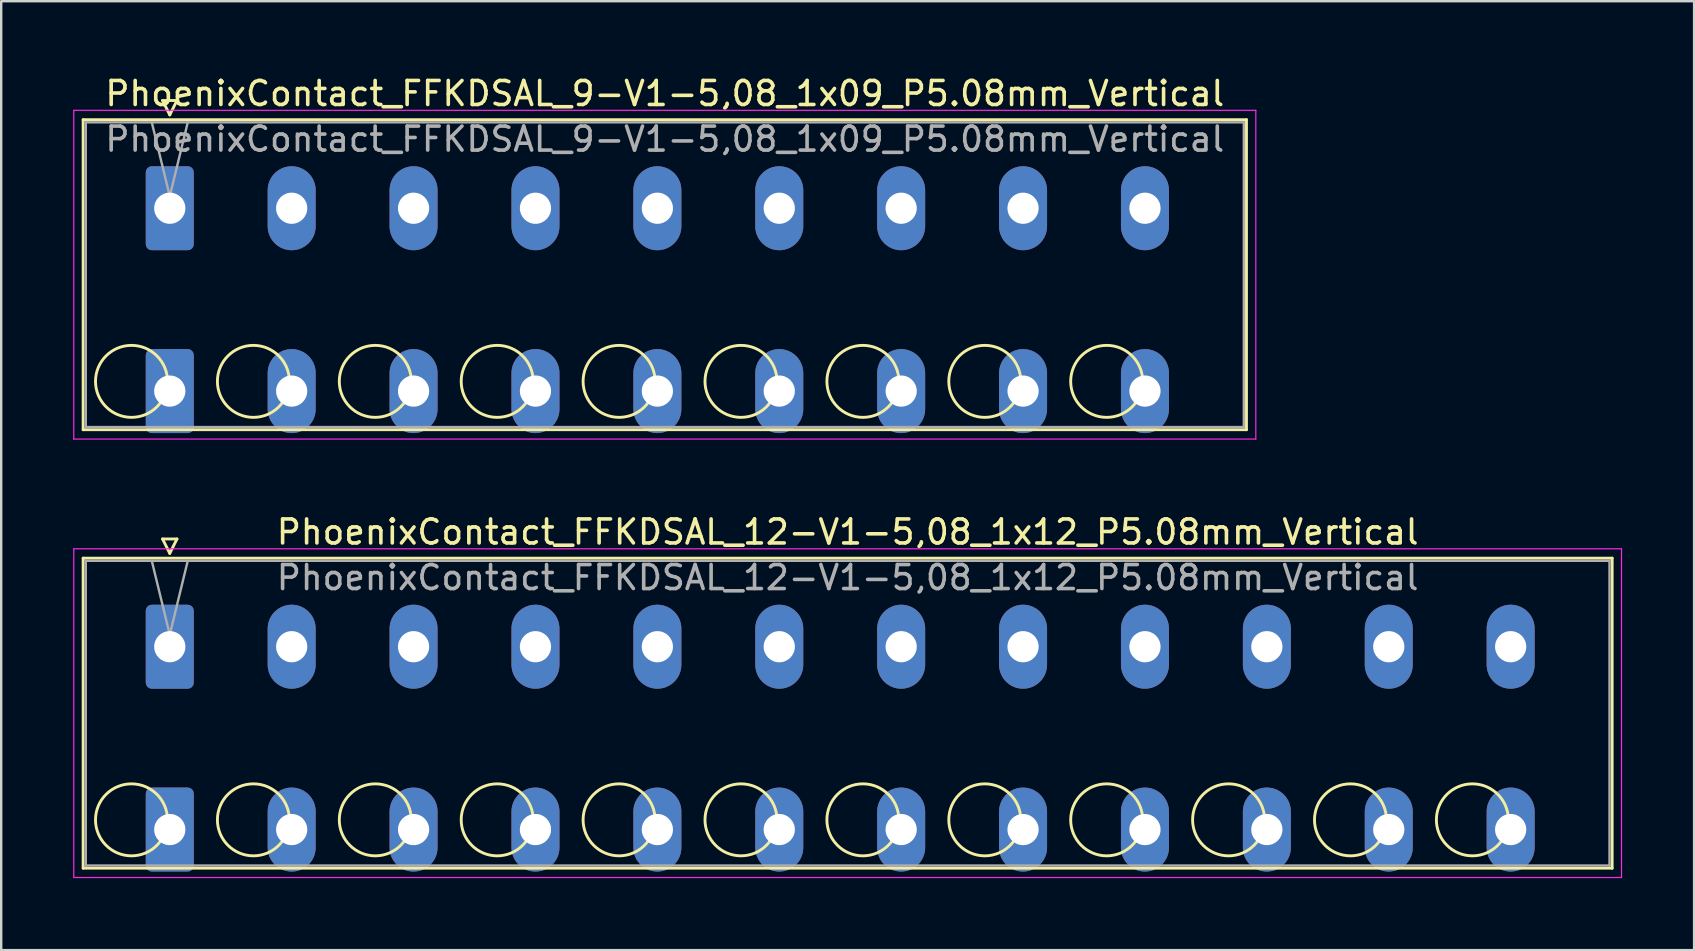
<source format=kicad_pcb>
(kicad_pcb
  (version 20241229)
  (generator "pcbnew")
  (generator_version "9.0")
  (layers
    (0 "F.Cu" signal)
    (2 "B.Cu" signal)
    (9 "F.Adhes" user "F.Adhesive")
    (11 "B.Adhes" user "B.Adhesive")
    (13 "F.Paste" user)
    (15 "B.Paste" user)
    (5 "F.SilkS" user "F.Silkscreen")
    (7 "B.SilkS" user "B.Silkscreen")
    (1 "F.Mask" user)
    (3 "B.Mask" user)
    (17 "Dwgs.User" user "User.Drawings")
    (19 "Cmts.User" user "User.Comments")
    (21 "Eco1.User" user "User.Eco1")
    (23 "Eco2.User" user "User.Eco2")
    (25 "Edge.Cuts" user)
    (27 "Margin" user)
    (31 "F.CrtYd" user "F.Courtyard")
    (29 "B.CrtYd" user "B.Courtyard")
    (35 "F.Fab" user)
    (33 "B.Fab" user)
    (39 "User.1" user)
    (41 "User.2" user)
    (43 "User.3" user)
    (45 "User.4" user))
  (footprint "PhoenixContact_FFKDSAL_12-V1-5,08_1x12_P5.08mm_Vertical"
    (layer "F.Cu")
    (at 4.025 23.901)
    (property "Reference" "PhoenixContact_FFKDSAL_12-V1-5,08_1x12_P5.08mm_Vertical" (at 28.25 -4.78 0) (layer "F.SilkS") (effects (font (size 1 1) (thickness 0.15))))
    (attr through_hole)
    (fp_line (start -3.61 -3.69) (end -3.61 9.23) (stroke (width 0.12) (type solid)) (layer "F.SilkS"))
    (fp_line (start -3.61 9.23) (end 60.11 9.23) (stroke (width 0.12) (type solid)) (layer "F.SilkS"))
    (fp_line (start -0.3 -4.49) (end 0.3 -4.49) (stroke (width 0.12) (type solid)) (layer "F.SilkS"))
    (fp_line (start 0 -3.89) (end -0.3 -4.49) (stroke (width 0.12) (type solid)) (layer "F.SilkS"))
    (fp_line (start 0.3 -4.49) (end 0 -3.89) (stroke (width 0.12) (type solid)) (layer "F.SilkS"))
    (fp_line (start 60.11 -3.69) (end -3.61 -3.69) (stroke (width 0.12) (type solid)) (layer "F.SilkS"))
    (fp_line (start 60.11 9.23) (end 60.11 -3.69) (stroke (width 0.12) (type solid)) (layer "F.SilkS"))
    (fp_circle (center -1.595 7.215) (end -0.095 7.215) (stroke (width 0.12) (type solid)) (fill no) (layer "F.SilkS"))
    (fp_circle (center 3.485 7.215) (end 4.985 7.215) (stroke (width 0.12) (type solid)) (fill no) (layer "F.SilkS"))
    (fp_circle (center 8.565 7.215) (end 10.065 7.215) (stroke (width 0.12) (type solid)) (fill no) (layer "F.SilkS"))
    (fp_circle (center 13.645 7.215) (end 15.145 7.215) (stroke (width 0.12) (type solid)) (fill no) (layer "F.SilkS"))
    (fp_circle (center 18.725 7.215) (end 20.225 7.215) (stroke (width 0.12) (type solid)) (fill no) (layer "F.SilkS"))
    (fp_circle (center 23.805 7.215) (end 25.305 7.215) (stroke (width 0.12) (type solid)) (fill no) (layer "F.SilkS"))
    (fp_circle (center 28.885 7.215) (end 30.385 7.215) (stroke (width 0.12) (type solid)) (fill no) (layer "F.SilkS"))
    (fp_circle (center 33.965 7.215) (end 35.465 7.215) (stroke (width 0.12) (type solid)) (fill no) (layer "F.SilkS"))
    (fp_circle (center 39.045 7.215) (end 40.545 7.215) (stroke (width 0.12) (type solid)) (fill no) (layer "F.SilkS"))
    (fp_circle (center 44.125 7.215) (end 45.625 7.215) (stroke (width 0.12) (type solid)) (fill no) (layer "F.SilkS"))
    (fp_circle (center 49.205 7.215) (end 50.705 7.215) (stroke (width 0.12) (type solid)) (fill no) (layer "F.SilkS"))
    (fp_circle (center 54.285 7.215) (end 55.785 7.215) (stroke (width 0.12) (type solid)) (fill no) (layer "F.SilkS"))
    (fp_line (start -4 -4.08) (end -4 9.62) (stroke (width 0.05) (type solid)) (layer "F.CrtYd"))
    (fp_line (start -4 9.62) (end 60.5 9.62) (stroke (width 0.05) (type solid)) (layer "F.CrtYd"))
    (fp_line (start 60.5 -4.08) (end -4 -4.08) (stroke (width 0.05) (type solid)) (layer "F.CrtYd"))
    (fp_line (start 60.5 9.62) (end 60.5 -4.08) (stroke (width 0.05) (type solid)) (layer "F.CrtYd"))
    (fp_line (start -3.5 -3.58) (end -3.5 9.12) (stroke (width 0.1) (type solid)) (layer "F.Fab"))
    (fp_line (start -3.5 9.12) (end 60 9.12) (stroke (width 0.1) (type solid)) (layer "F.Fab"))
    (fp_line (start 0 -0.5) (end -0.75 -3.58) (stroke (width 0.1) (type solid)) (layer "F.Fab"))
    (fp_line (start 0.75 -3.58) (end 0 -0.5) (stroke (width 0.1) (type solid)) (layer "F.Fab"))
    (fp_line (start 60 -3.58) (end -3.5 -3.58) (stroke (width 0.1) (type solid)) (layer "F.Fab"))
    (fp_line (start 60 9.12) (end 60 -3.58) (stroke (width 0.1) (type solid)) (layer "F.Fab"))
    (fp_text user "${REFERENCE}" (at 28.25 -2.88 0) (layer "F.Fab") (effects (font (size 1 1) (thickness 0.15))))
    (pad "1" thru_hole roundrect (at 0 0) (size 2 3.5) (drill 1.3) (layers "*.Cu" "*.Mask") (roundrect_rratio 0.125))
    (pad "1" thru_hole roundrect (at 0 7.62) (size 2 3.5) (drill 1.3) (layers "*.Cu" "*.Mask") (roundrect_rratio 0.125))
    (pad "2" thru_hole oval (at 5.08 0) (size 2 3.5) (drill 1.3) (layers "*.Cu" "*.Mask"))
    (pad "2" thru_hole oval (at 5.08 7.62) (size 2 3.5) (drill 1.3) (layers "*.Cu" "*.Mask"))
    (pad "3" thru_hole oval (at 10.16 0) (size 2 3.5) (drill 1.3) (layers "*.Cu" "*.Mask"))
    (pad "3" thru_hole oval (at 10.16 7.62) (size 2 3.5) (drill 1.3) (layers "*.Cu" "*.Mask"))
    (pad "4" thru_hole oval (at 15.24 0) (size 2 3.5) (drill 1.3) (layers "*.Cu" "*.Mask"))
    (pad "4" thru_hole oval (at 15.24 7.62) (size 2 3.5) (drill 1.3) (layers "*.Cu" "*.Mask"))
    (pad "5" thru_hole oval (at 20.32 0) (size 2 3.5) (drill 1.3) (layers "*.Cu" "*.Mask"))
    (pad "5" thru_hole oval (at 20.32 7.62) (size 2 3.5) (drill 1.3) (layers "*.Cu" "*.Mask"))
    (pad "6" thru_hole oval (at 25.4 0) (size 2 3.5) (drill 1.3) (layers "*.Cu" "*.Mask"))
    (pad "6" thru_hole oval (at 25.4 7.62) (size 2 3.5) (drill 1.3) (layers "*.Cu" "*.Mask"))
    (pad "7" thru_hole oval (at 30.48 0) (size 2 3.5) (drill 1.3) (layers "*.Cu" "*.Mask"))
    (pad "7" thru_hole oval (at 30.48 7.62) (size 2 3.5) (drill 1.3) (layers "*.Cu" "*.Mask"))
    (pad "8" thru_hole oval (at 35.56 0) (size 2 3.5) (drill 1.3) (layers "*.Cu" "*.Mask"))
    (pad "8" thru_hole oval (at 35.56 7.62) (size 2 3.5) (drill 1.3) (layers "*.Cu" "*.Mask"))
    (pad "9" thru_hole oval (at 40.64 0) (size 2 3.5) (drill 1.3) (layers "*.Cu" "*.Mask"))
    (pad "9" thru_hole oval (at 40.64 7.62) (size 2 3.5) (drill 1.3) (layers "*.Cu" "*.Mask"))
    (pad "10" thru_hole oval (at 45.72 0) (size 2 3.5) (drill 1.3) (layers "*.Cu" "*.Mask"))
    (pad "10" thru_hole oval (at 45.72 7.62) (size 2 3.5) (drill 1.3) (layers "*.Cu" "*.Mask"))
    (pad "11" thru_hole oval (at 50.8 0) (size 2 3.5) (drill 1.3) (layers "*.Cu" "*.Mask"))
    (pad "11" thru_hole oval (at 50.8 7.62) (size 2 3.5) (drill 1.3) (layers "*.Cu" "*.Mask"))
    (pad "12" thru_hole oval (at 55.88 0) (size 2 3.5) (drill 1.3) (layers "*.Cu" "*.Mask"))
    (pad "12" thru_hole oval (at 55.88 7.62) (size 2 3.5) (drill 1.3) (layers "*.Cu" "*.Mask")))
  (footprint "PhoenixContact_FFKDSAL_9-V1-5,08_1x09_P5.08mm_Vertical"
    (layer "F.Cu")
    (at 4.025 5.628)
    (property "Reference" "PhoenixContact_FFKDSAL_9-V1-5,08_1x09_P5.08mm_Vertical" (at 20.63 -4.78 0) (layer "F.SilkS") (effects (font (size 1 1) (thickness 0.15))))
    (attr through_hole)
    (fp_line (start -3.61 -3.69) (end -3.61 9.23) (stroke (width 0.12) (type solid)) (layer "F.SilkS"))
    (fp_line (start -3.61 9.23) (end 44.87 9.23) (stroke (width 0.12) (type solid)) (layer "F.SilkS"))
    (fp_line (start -0.3 -4.49) (end 0.3 -4.49) (stroke (width 0.12) (type solid)) (layer "F.SilkS"))
    (fp_line (start 0 -3.89) (end -0.3 -4.49) (stroke (width 0.12) (type solid)) (layer "F.SilkS"))
    (fp_line (start 0.3 -4.49) (end 0 -3.89) (stroke (width 0.12) (type solid)) (layer "F.SilkS"))
    (fp_line (start 44.87 -3.69) (end -3.61 -3.69) (stroke (width 0.12) (type solid)) (layer "F.SilkS"))
    (fp_line (start 44.87 9.23) (end 44.87 -3.69) (stroke (width 0.12) (type solid)) (layer "F.SilkS"))
    (fp_circle (center -1.595 7.215) (end -0.095 7.215) (stroke (width 0.12) (type solid)) (fill no) (layer "F.SilkS"))
    (fp_circle (center 3.485 7.215) (end 4.985 7.215) (stroke (width 0.12) (type solid)) (fill no) (layer "F.SilkS"))
    (fp_circle (center 8.565 7.215) (end 10.065 7.215) (stroke (width 0.12) (type solid)) (fill no) (layer "F.SilkS"))
    (fp_circle (center 13.645 7.215) (end 15.145 7.215) (stroke (width 0.12) (type solid)) (fill no) (layer "F.SilkS"))
    (fp_circle (center 18.725 7.215) (end 20.225 7.215) (stroke (width 0.12) (type solid)) (fill no) (layer "F.SilkS"))
    (fp_circle (center 23.805 7.215) (end 25.305 7.215) (stroke (width 0.12) (type solid)) (fill no) (layer "F.SilkS"))
    (fp_circle (center 28.885 7.215) (end 30.385 7.215) (stroke (width 0.12) (type solid)) (fill no) (layer "F.SilkS"))
    (fp_circle (center 33.965 7.215) (end 35.465 7.215) (stroke (width 0.12) (type solid)) (fill no) (layer "F.SilkS"))
    (fp_circle (center 39.045 7.215) (end 40.545 7.215) (stroke (width 0.12) (type solid)) (fill no) (layer "F.SilkS"))
    (fp_line (start -4 -4.08) (end -4 9.62) (stroke (width 0.05) (type solid)) (layer "F.CrtYd"))
    (fp_line (start -4 9.62) (end 45.26 9.62) (stroke (width 0.05) (type solid)) (layer "F.CrtYd"))
    (fp_line (start 45.26 -4.08) (end -4 -4.08) (stroke (width 0.05) (type solid)) (layer "F.CrtYd"))
    (fp_line (start 45.26 9.62) (end 45.26 -4.08) (stroke (width 0.05) (type solid)) (layer "F.CrtYd"))
    (fp_line (start -3.5 -3.58) (end -3.5 9.12) (stroke (width 0.1) (type solid)) (layer "F.Fab"))
    (fp_line (start -3.5 9.12) (end 44.76 9.12) (stroke (width 0.1) (type solid)) (layer "F.Fab"))
    (fp_line (start 0 -0.5) (end -0.75 -3.58) (stroke (width 0.1) (type solid)) (layer "F.Fab"))
    (fp_line (start 0.75 -3.58) (end 0 -0.5) (stroke (width 0.1) (type solid)) (layer "F.Fab"))
    (fp_line (start 44.76 -3.58) (end -3.5 -3.58) (stroke (width 0.1) (type solid)) (layer "F.Fab"))
    (fp_line (start 44.76 9.12) (end 44.76 -3.58) (stroke (width 0.1) (type solid)) (layer "F.Fab"))
    (fp_text user "${REFERENCE}" (at 20.63 -2.88 0) (layer "F.Fab") (effects (font (size 1 1) (thickness 0.15))))
    (pad "1" thru_hole roundrect (at 0 0) (size 2 3.5) (drill 1.3) (layers "*.Cu" "*.Mask") (roundrect_rratio 0.125))
    (pad "1" thru_hole roundrect (at 0 7.62) (size 2 3.5) (drill 1.3) (layers "*.Cu" "*.Mask") (roundrect_rratio 0.125))
    (pad "2" thru_hole oval (at 5.08 0) (size 2 3.5) (drill 1.3) (layers "*.Cu" "*.Mask"))
    (pad "2" thru_hole oval (at 5.08 7.62) (size 2 3.5) (drill 1.3) (layers "*.Cu" "*.Mask"))
    (pad "3" thru_hole oval (at 10.16 0) (size 2 3.5) (drill 1.3) (layers "*.Cu" "*.Mask"))
    (pad "3" thru_hole oval (at 10.16 7.62) (size 2 3.5) (drill 1.3) (layers "*.Cu" "*.Mask"))
    (pad "4" thru_hole oval (at 15.24 0) (size 2 3.5) (drill 1.3) (layers "*.Cu" "*.Mask"))
    (pad "4" thru_hole oval (at 15.24 7.62) (size 2 3.5) (drill 1.3) (layers "*.Cu" "*.Mask"))
    (pad "5" thru_hole oval (at 20.32 0) (size 2 3.5) (drill 1.3) (layers "*.Cu" "*.Mask"))
    (pad "5" thru_hole oval (at 20.32 7.62) (size 2 3.5) (drill 1.3) (layers "*.Cu" "*.Mask"))
    (pad "6" thru_hole oval (at 25.4 0) (size 2 3.5) (drill 1.3) (layers "*.Cu" "*.Mask"))
    (pad "6" thru_hole oval (at 25.4 7.62) (size 2 3.5) (drill 1.3) (layers "*.Cu" "*.Mask"))
    (pad "7" thru_hole oval (at 30.48 0) (size 2 3.5) (drill 1.3) (layers "*.Cu" "*.Mask"))
    (pad "7" thru_hole oval (at 30.48 7.62) (size 2 3.5) (drill 1.3) (layers "*.Cu" "*.Mask"))
    (pad "8" thru_hole oval (at 35.56 0) (size 2 3.5) (drill 1.3) (layers "*.Cu" "*.Mask"))
    (pad "8" thru_hole oval (at 35.56 7.62) (size 2 3.5) (drill 1.3) (layers "*.Cu" "*.Mask"))
    (pad "9" thru_hole oval (at 40.64 0) (size 2 3.5) (drill 1.3) (layers "*.Cu" "*.Mask"))
    (pad "9" thru_hole oval (at 40.64 7.62) (size 2 3.5) (drill 1.3) (layers "*.Cu" "*.Mask")))
  (gr_rect
    (start -3 -3)
    (end 67.55 36.547)
    (stroke (width 0.1) (type default))
    (fill no)
    (layer "Edge.Cuts")))
</source>
